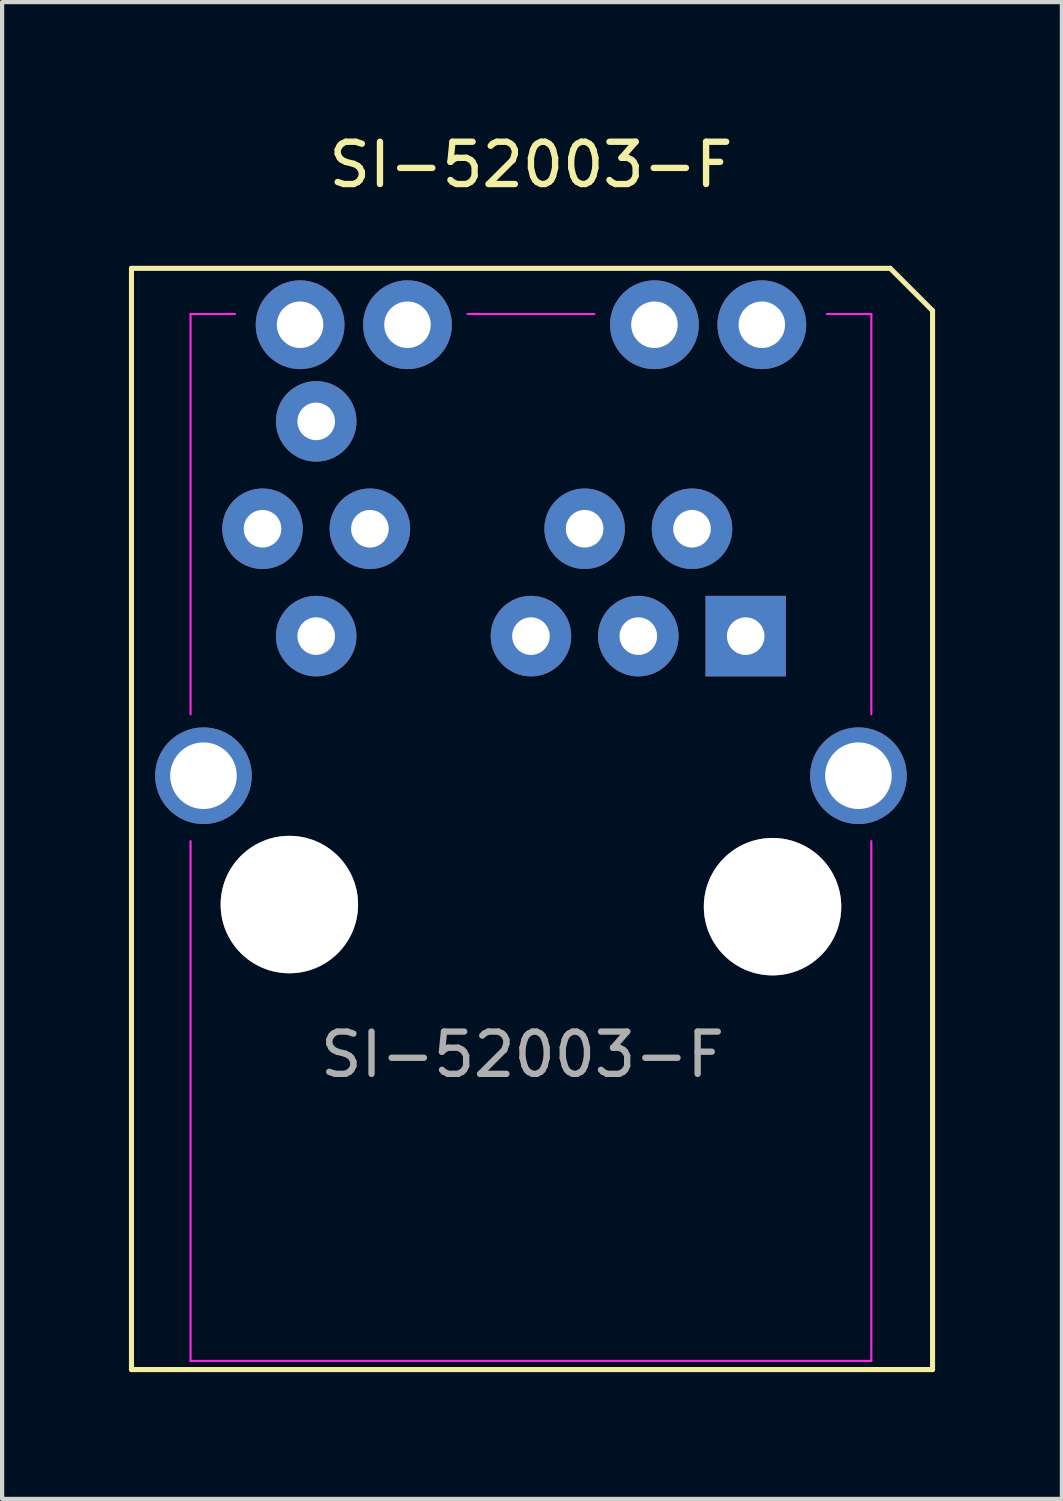
<source format=kicad_pcb>
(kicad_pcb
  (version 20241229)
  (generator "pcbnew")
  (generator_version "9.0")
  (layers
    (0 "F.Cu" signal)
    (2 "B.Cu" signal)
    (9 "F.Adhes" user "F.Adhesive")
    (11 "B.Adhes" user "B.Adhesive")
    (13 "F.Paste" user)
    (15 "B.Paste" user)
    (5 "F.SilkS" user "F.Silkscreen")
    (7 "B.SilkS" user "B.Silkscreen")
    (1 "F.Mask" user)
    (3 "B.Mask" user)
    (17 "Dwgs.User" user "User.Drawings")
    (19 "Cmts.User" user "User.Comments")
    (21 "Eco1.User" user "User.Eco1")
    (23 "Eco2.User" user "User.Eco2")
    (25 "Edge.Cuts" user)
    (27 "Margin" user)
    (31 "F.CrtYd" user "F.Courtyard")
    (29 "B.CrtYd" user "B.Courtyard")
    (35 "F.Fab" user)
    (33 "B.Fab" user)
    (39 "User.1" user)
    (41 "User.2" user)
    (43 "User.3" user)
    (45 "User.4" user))
  (footprint "SI-52003-F"
    (layer "F.Cu")
    (at 9.51 18.348)
    (property "Reference" "SI-52003-F" (at 0 -17.5 0) (unlocked yes) (layer "F.SilkS") (effects (font (size 1 1) (thickness 0.15))))
    (attr through_hole)
    (fp_line (start -9.45 -15.05) (end 8.5 -15.05) (stroke (width 0.12) (type default)) (layer "F.SilkS"))
    (fp_line (start -9.45 11) (end -9.45 -15.05) (stroke (width 0.12) (type default)) (layer "F.SilkS"))
    (fp_line (start 8.5 -15.05) (end 9.5 -14.05) (stroke (width 0.12) (type default)) (layer "F.SilkS"))
    (fp_line (start 9.5 -14.05) (end 9.5 11) (stroke (width 0.12) (type default)) (layer "F.SilkS"))
    (fp_line (start 9.5 11) (end -9.45 11) (stroke (width 0.12) (type default)) (layer "F.SilkS"))
    (fp_line (start -8.052 -13.97) (end -8.052 -4.5) (stroke (width 0.05) (type default)) (layer "F.CrtYd"))
    (fp_line (start -8.052 -13.97) (end -7 -13.97) (stroke (width 0.05) (type default)) (layer "F.CrtYd"))
    (fp_line (start -8.052 10.795) (end -8.052 -1.5) (stroke (width 0.05) (type default)) (layer "F.CrtYd"))
    (fp_line (start -8.052 10.795) (end 8.052 10.795) (stroke (width 0.05) (type default)) (layer "F.CrtYd"))
    (fp_line (start 1.5 -13.97) (end -1.5 -13.97) (stroke (width 0.05) (type default)) (layer "F.CrtYd"))
    (fp_line (start 8.052 -13.97) (end 7 -13.97) (stroke (width 0.05) (type default)) (layer "F.CrtYd"))
    (fp_line (start 8.052 -13.97) (end 8.052 -4.5) (stroke (width 0.05) (type default)) (layer "F.CrtYd"))
    (fp_line (start 8.052 10.795) (end 8.052 -1.5) (stroke (width 0.05) (type default)) (layer "F.CrtYd"))
    (fp_text user "${REFERENCE}" (at -0.2 3.55 0) (layer "F.Fab") (effects (font (size 1 1) (thickness 0.15))))
    (pad "" np_thru_hole circle (at -5.715 0) (size 3.251 3.251) (drill 3.25) (layers "*.Cu" "*.Mask"))
    (pad "" np_thru_hole circle (at 5.715 0.05) (size 3.251 3.251) (drill 3.25) (layers "*.Cu" "*.Mask"))
    (pad "1" thru_hole rect (at 5.08 -6.35 90) (size 1.905 1.9) (drill 0.889) (layers "*.Cu" "*.Mask"))
    (pad "2" thru_hole circle (at 3.81 -8.89) (size 1.905 1.905) (drill 0.889) (layers "*.Cu" "*.Mask"))
    (pad "3" thru_hole circle (at 2.54 -6.35 90) (size 1.905 1.905) (drill 0.889) (layers "*.Cu" "*.Mask"))
    (pad "4" thru_hole circle (at 1.27 -8.89 90) (size 1.905 1.905) (drill 0.889) (layers "*.Cu" "*.Mask"))
    (pad "5" thru_hole circle (at 0 -6.35 90) (size 1.905 1.905) (drill 0.889) (layers "*.Cu" "*.Mask"))
    (pad "8" thru_hole circle (at -3.81 -8.89 90) (size 1.905 1.905) (drill 0.889) (layers "*.Cu" "*.Mask"))
    (pad "9" thru_hole circle (at -5.08 -6.35 90) (size 1.905 1.905) (drill 0.889) (layers "*.Cu" "*.Mask"))
    (pad "10" thru_hole circle (at -6.35 -8.89 90) (size 1.905 1.905) (drill 0.889) (layers "*.Cu" "*.Mask"))
    (pad "11" thru_hole circle (at -5.08 -11.43 90) (size 1.905 1.905) (drill 0.889) (layers "*.Cu" "*.Mask"))
    (pad "L1" thru_hole circle (at -5.461 -13.716) (size 2.1 2.1) (drill 1.1) (layers "*.Cu" "*.Mask"))
    (pad "L2" thru_hole circle (at -2.921 -13.716) (size 2.1 2.1) (drill 1.1) (layers "*.Cu" "*.Mask"))
    (pad "L3" thru_hole circle (at 2.921 -13.716) (size 2.1 2.1) (drill 1.1) (layers "*.Cu" "*.Mask"))
    (pad "L4" thru_hole circle (at 5.461 -13.716) (size 2.1 2.1) (drill 1.1) (layers "*.Cu" "*.Mask"))
    (pad "SH" thru_hole circle (at -7.747 -3.048) (size 2.286 2.286) (drill 1.575) (layers "*.Cu" "*.Mask"))
    (pad "SH" thru_hole circle (at 7.747 -3.048) (size 2.286 2.286) (drill 1.575) (layers "*.Cu" "*.Mask")))
  (gr_rect
    (start -3 -3)
    (end 22.07 32.408)
    (stroke (width 0.1) (type default))
    (fill no)
    (layer "Edge.Cuts")))
</source>
